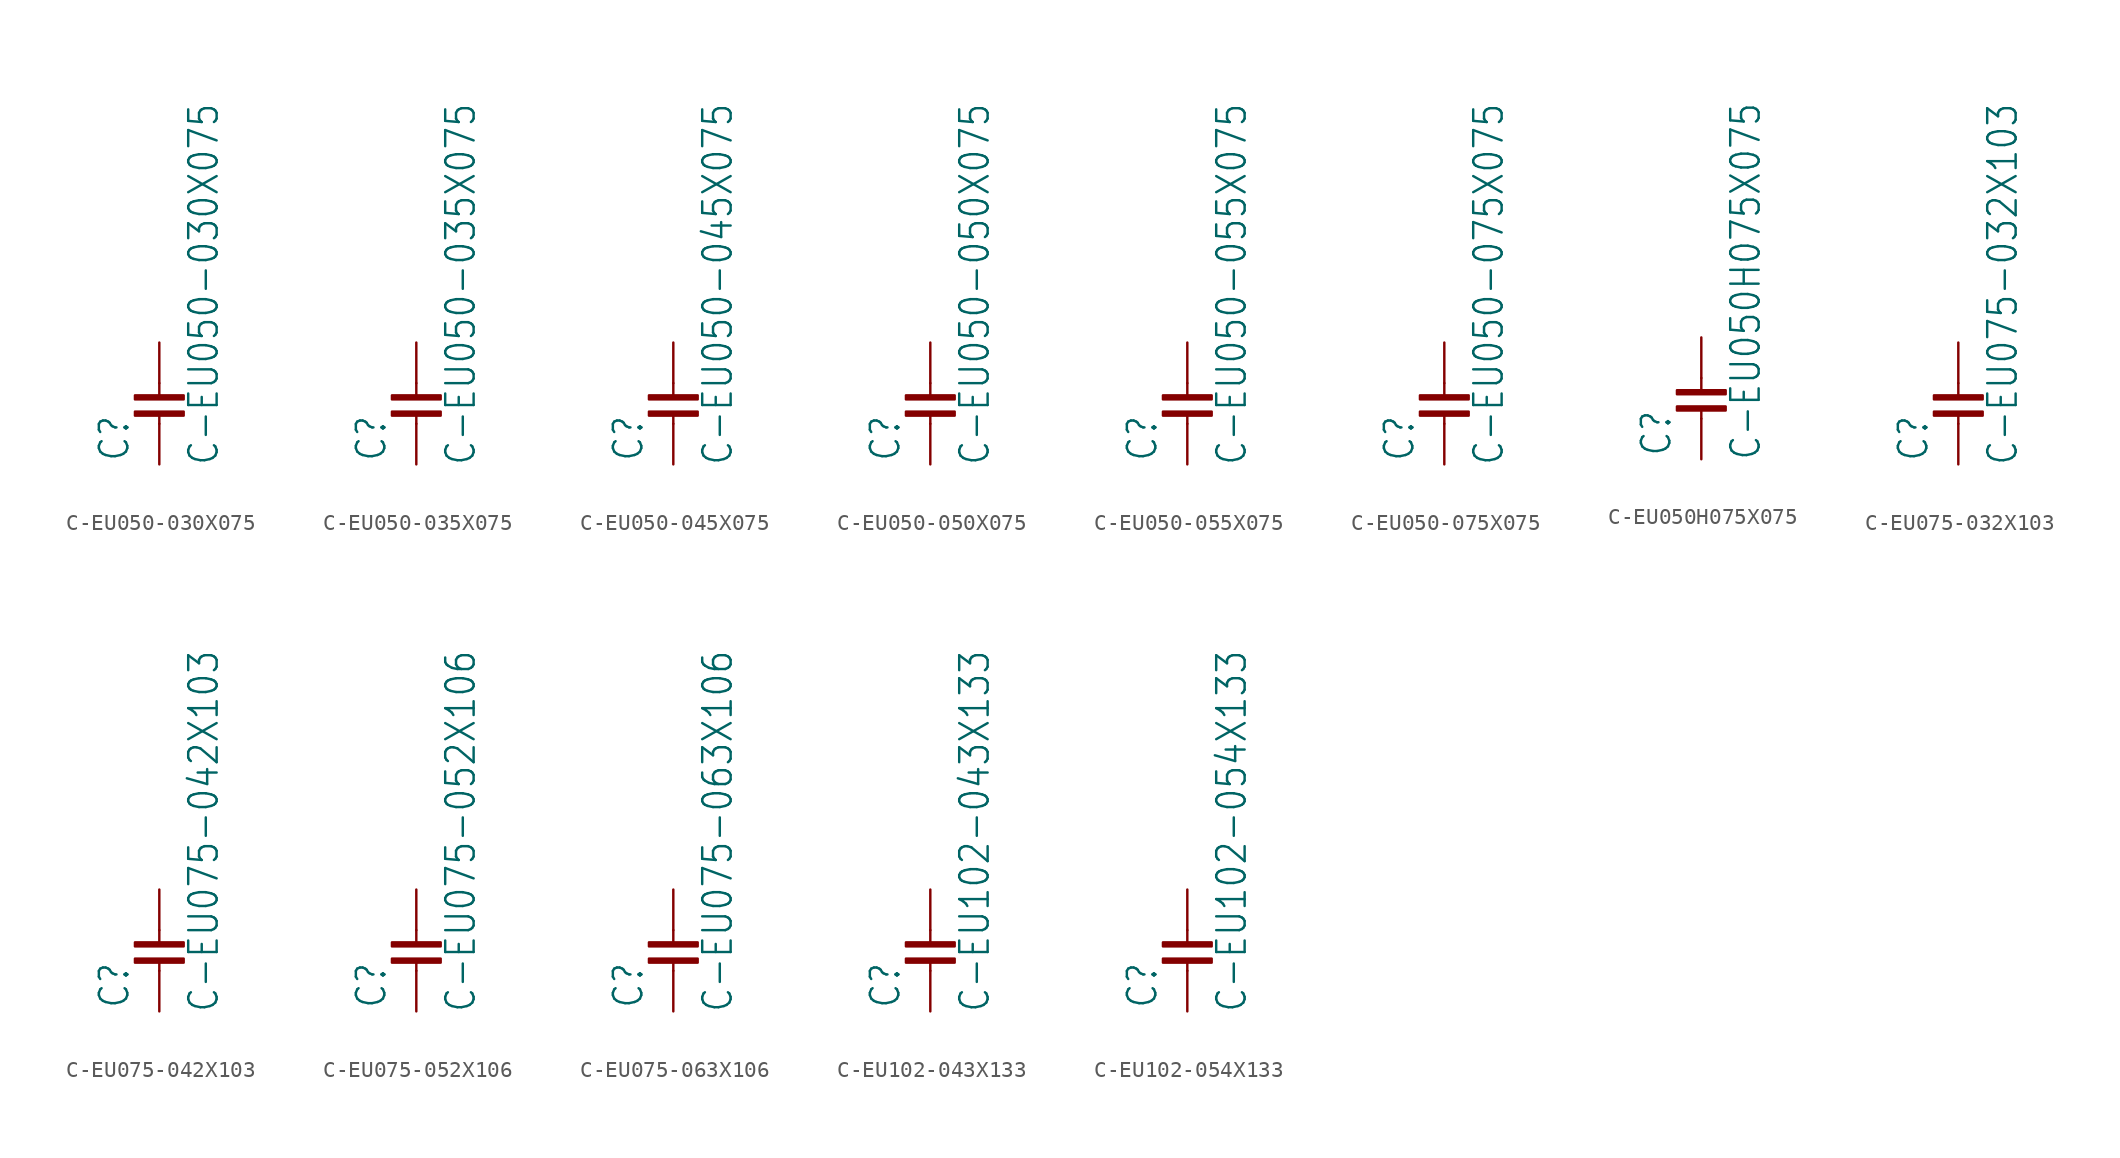
<source format=kicad_sym>
(kicad_symbol_lib
  (version 20211014)
  (generator kicad_symbol_editor)
  (symbol "C-EU050-030X075"
    (property "Reference" "C"
      (at -1.778 -4.953 90)
      (effects (font (size 1.778 1.511)) (justify left bottom)))
    (property "Value" "C-EU050-030X075"
      (at 3.81 -5.207 90)
      (effects (font (size 1.778 1.511)) (justify left bottom)))
    (property "ki_locked" ""
      (at 0 0 0)
      (effects (font (size 1.27 1.27))))
    (symbol "C-EU050-030X075_1_0"
      (rectangle (start -1.524 -2.032) (end 1.524 -1.778) (stroke (width 0) (type default) (color 0 0 0 0)) (fill (type outline)))
      (rectangle (start -1.524 -1.016) (end 1.524 -0.762) (stroke (width 0) (type default) (color 0 0 0 0)) (fill (type outline)))
      (polyline (pts (xy 0 -2.54) (xy 0 -2.032)) (stroke (width 0.152) (type default) (color 0 0 0 0)) (fill (type none)))
      (polyline (pts (xy 0 0) (xy 0 -0.762)) (stroke (width 0.152) (type default) (color 0 0 0 0)) (fill (type none)))
      (pin passive line (at 0 2.54 270) (length 2.54) (name "1" (effects (font (size 0 0)))) (number "1" (effects (font (size 0 0)))))
      (pin passive line (at 0 -5.08 90) (length 2.54) (name "2" (effects (font (size 0 0)))) (number "2" (effects (font (size 0 0)))))))
  (symbol "C-EU050-035X075"
    (property "Reference" "C"
      (at -1.778 -4.953 90)
      (effects (font (size 1.778 1.511)) (justify left bottom)))
    (property "Value" "C-EU050-035X075"
      (at 3.81 -5.207 90)
      (effects (font (size 1.778 1.511)) (justify left bottom)))
    (property "ki_locked" ""
      (at 0 0 0)
      (effects (font (size 1.27 1.27))))
    (symbol "C-EU050-035X075_1_0"
      (rectangle (start -1.524 -2.032) (end 1.524 -1.778) (stroke (width 0) (type default) (color 0 0 0 0)) (fill (type outline)))
      (rectangle (start -1.524 -1.016) (end 1.524 -0.762) (stroke (width 0) (type default) (color 0 0 0 0)) (fill (type outline)))
      (polyline (pts (xy 0 -2.54) (xy 0 -2.032)) (stroke (width 0.152) (type default) (color 0 0 0 0)) (fill (type none)))
      (polyline (pts (xy 0 0) (xy 0 -0.762)) (stroke (width 0.152) (type default) (color 0 0 0 0)) (fill (type none)))
      (pin passive line (at 0 2.54 270) (length 2.54) (name "1" (effects (font (size 0 0)))) (number "1" (effects (font (size 0 0)))))
      (pin passive line (at 0 -5.08 90) (length 2.54) (name "2" (effects (font (size 0 0)))) (number "2" (effects (font (size 0 0)))))))
  (symbol "C-EU050-045X075"
    (property "Reference" "C"
      (at -1.778 -4.953 90)
      (effects (font (size 1.778 1.511)) (justify left bottom)))
    (property "Value" "C-EU050-045X075"
      (at 3.81 -5.207 90)
      (effects (font (size 1.778 1.511)) (justify left bottom)))
    (property "ki_locked" ""
      (at 0 0 0)
      (effects (font (size 1.27 1.27))))
    (symbol "C-EU050-045X075_1_0"
      (rectangle (start -1.524 -2.032) (end 1.524 -1.778) (stroke (width 0) (type default) (color 0 0 0 0)) (fill (type outline)))
      (rectangle (start -1.524 -1.016) (end 1.524 -0.762) (stroke (width 0) (type default) (color 0 0 0 0)) (fill (type outline)))
      (polyline (pts (xy 0 -2.54) (xy 0 -2.032)) (stroke (width 0.152) (type default) (color 0 0 0 0)) (fill (type none)))
      (polyline (pts (xy 0 0) (xy 0 -0.762)) (stroke (width 0.152) (type default) (color 0 0 0 0)) (fill (type none)))
      (pin passive line (at 0 2.54 270) (length 2.54) (name "1" (effects (font (size 0 0)))) (number "1" (effects (font (size 0 0)))))
      (pin passive line (at 0 -5.08 90) (length 2.54) (name "2" (effects (font (size 0 0)))) (number "2" (effects (font (size 0 0)))))))
  (symbol "C-EU050-050X075"
    (property "Reference" "C"
      (at -1.778 -4.953 90)
      (effects (font (size 1.778 1.511)) (justify left bottom)))
    (property "Value" "C-EU050-050X075"
      (at 3.81 -5.207 90)
      (effects (font (size 1.778 1.511)) (justify left bottom)))
    (property "ki_locked" ""
      (at 0 0 0)
      (effects (font (size 1.27 1.27))))
    (symbol "C-EU050-050X075_1_0"
      (rectangle (start -1.524 -2.032) (end 1.524 -1.778) (stroke (width 0) (type default) (color 0 0 0 0)) (fill (type outline)))
      (rectangle (start -1.524 -1.016) (end 1.524 -0.762) (stroke (width 0) (type default) (color 0 0 0 0)) (fill (type outline)))
      (polyline (pts (xy 0 -2.54) (xy 0 -2.032)) (stroke (width 0.152) (type default) (color 0 0 0 0)) (fill (type none)))
      (polyline (pts (xy 0 0) (xy 0 -0.762)) (stroke (width 0.152) (type default) (color 0 0 0 0)) (fill (type none)))
      (pin passive line (at 0 2.54 270) (length 2.54) (name "1" (effects (font (size 0 0)))) (number "1" (effects (font (size 0 0)))))
      (pin passive line (at 0 -5.08 90) (length 2.54) (name "2" (effects (font (size 0 0)))) (number "2" (effects (font (size 0 0)))))))
  (symbol "C-EU050-055X075"
    (property "Reference" "C"
      (at -1.778 -4.953 90)
      (effects (font (size 1.778 1.511)) (justify left bottom)))
    (property "Value" "C-EU050-055X075"
      (at 3.81 -5.207 90)
      (effects (font (size 1.778 1.511)) (justify left bottom)))
    (property "ki_locked" ""
      (at 0 0 0)
      (effects (font (size 1.27 1.27))))
    (symbol "C-EU050-055X075_1_0"
      (rectangle (start -1.524 -2.032) (end 1.524 -1.778) (stroke (width 0) (type default) (color 0 0 0 0)) (fill (type outline)))
      (rectangle (start -1.524 -1.016) (end 1.524 -0.762) (stroke (width 0) (type default) (color 0 0 0 0)) (fill (type outline)))
      (polyline (pts (xy 0 -2.54) (xy 0 -2.032)) (stroke (width 0.152) (type default) (color 0 0 0 0)) (fill (type none)))
      (polyline (pts (xy 0 0) (xy 0 -0.762)) (stroke (width 0.152) (type default) (color 0 0 0 0)) (fill (type none)))
      (pin passive line (at 0 2.54 270) (length 2.54) (name "1" (effects (font (size 0 0)))) (number "1" (effects (font (size 0 0)))))
      (pin passive line (at 0 -5.08 90) (length 2.54) (name "2" (effects (font (size 0 0)))) (number "2" (effects (font (size 0 0)))))))
  (symbol "C-EU050-075X075"
    (property "Reference" "C"
      (at -1.778 -4.953 90)
      (effects (font (size 1.778 1.511)) (justify left bottom)))
    (property "Value" "C-EU050-075X075"
      (at 3.81 -5.207 90)
      (effects (font (size 1.778 1.511)) (justify left bottom)))
    (property "ki_locked" ""
      (at 0 0 0)
      (effects (font (size 1.27 1.27))))
    (symbol "C-EU050-075X075_1_0"
      (rectangle (start -1.524 -2.032) (end 1.524 -1.778) (stroke (width 0) (type default) (color 0 0 0 0)) (fill (type outline)))
      (rectangle (start -1.524 -1.016) (end 1.524 -0.762) (stroke (width 0) (type default) (color 0 0 0 0)) (fill (type outline)))
      (polyline (pts (xy 0 -2.54) (xy 0 -2.032)) (stroke (width 0.152) (type default) (color 0 0 0 0)) (fill (type none)))
      (polyline (pts (xy 0 0) (xy 0 -0.762)) (stroke (width 0.152) (type default) (color 0 0 0 0)) (fill (type none)))
      (pin passive line (at 0 2.54 270) (length 2.54) (name "1" (effects (font (size 0 0)))) (number "1" (effects (font (size 0 0)))))
      (pin passive line (at 0 -5.08 90) (length 2.54) (name "2" (effects (font (size 0 0)))) (number "2" (effects (font (size 0 0)))))))
  (symbol "C-EU050H075X075"
    (property "Reference" "C"
      (at -1.778 -4.953 90)
      (effects (font (size 1.778 1.511)) (justify left bottom)))
    (property "Value" "C-EU050H075X075"
      (at 3.81 -5.207 90)
      (effects (font (size 1.778 1.511)) (justify left bottom)))
    (property "ki_locked" ""
      (at 0 0 0)
      (effects (font (size 1.27 1.27))))
    (symbol "C-EU050H075X075_1_0"
      (rectangle (start -1.524 -2.032) (end 1.524 -1.778) (stroke (width 0) (type default) (color 0 0 0 0)) (fill (type outline)))
      (rectangle (start -1.524 -1.016) (end 1.524 -0.762) (stroke (width 0) (type default) (color 0 0 0 0)) (fill (type outline)))
      (polyline (pts (xy 0 -2.54) (xy 0 -2.032)) (stroke (width 0.152) (type default) (color 0 0 0 0)) (fill (type none)))
      (polyline (pts (xy 0 0) (xy 0 -0.762)) (stroke (width 0.152) (type default) (color 0 0 0 0)) (fill (type none)))
      (pin passive line (at 0 2.54 270) (length 2.54) (name "1" (effects (font (size 0 0)))) (number "1" (effects (font (size 0 0)))))
      (pin passive line (at 0 -5.08 90) (length 2.54) (name "2" (effects (font (size 0 0)))) (number "2" (effects (font (size 0 0)))))))
  (symbol "C-EU075-032X103"
    (property "Reference" "C"
      (at -1.778 -4.953 90)
      (effects (font (size 1.778 1.511)) (justify left bottom)))
    (property "Value" "C-EU075-032X103"
      (at 3.81 -5.207 90)
      (effects (font (size 1.778 1.511)) (justify left bottom)))
    (property "ki_locked" ""
      (at 0 0 0)
      (effects (font (size 1.27 1.27))))
    (symbol "C-EU075-032X103_1_0"
      (rectangle (start -1.524 -2.032) (end 1.524 -1.778) (stroke (width 0) (type default) (color 0 0 0 0)) (fill (type outline)))
      (rectangle (start -1.524 -1.016) (end 1.524 -0.762) (stroke (width 0) (type default) (color 0 0 0 0)) (fill (type outline)))
      (polyline (pts (xy 0 -2.54) (xy 0 -2.032)) (stroke (width 0.152) (type default) (color 0 0 0 0)) (fill (type none)))
      (polyline (pts (xy 0 0) (xy 0 -0.762)) (stroke (width 0.152) (type default) (color 0 0 0 0)) (fill (type none)))
      (pin passive line (at 0 2.54 270) (length 2.54) (name "1" (effects (font (size 0 0)))) (number "1" (effects (font (size 0 0)))))
      (pin passive line (at 0 -5.08 90) (length 2.54) (name "2" (effects (font (size 0 0)))) (number "2" (effects (font (size 0 0)))))))
  (symbol "C-EU075-042X103"
    (property "Reference" "C"
      (at -1.778 -4.953 90)
      (effects (font (size 1.778 1.511)) (justify left bottom)))
    (property "Value" "C-EU075-042X103"
      (at 3.81 -5.207 90)
      (effects (font (size 1.778 1.511)) (justify left bottom)))
    (property "ki_locked" ""
      (at 0 0 0)
      (effects (font (size 1.27 1.27))))
    (symbol "C-EU075-042X103_1_0"
      (rectangle (start -1.524 -2.032) (end 1.524 -1.778) (stroke (width 0) (type default) (color 0 0 0 0)) (fill (type outline)))
      (rectangle (start -1.524 -1.016) (end 1.524 -0.762) (stroke (width 0) (type default) (color 0 0 0 0)) (fill (type outline)))
      (polyline (pts (xy 0 -2.54) (xy 0 -2.032)) (stroke (width 0.152) (type default) (color 0 0 0 0)) (fill (type none)))
      (polyline (pts (xy 0 0) (xy 0 -0.762)) (stroke (width 0.152) (type default) (color 0 0 0 0)) (fill (type none)))
      (pin passive line (at 0 2.54 270) (length 2.54) (name "1" (effects (font (size 0 0)))) (number "1" (effects (font (size 0 0)))))
      (pin passive line (at 0 -5.08 90) (length 2.54) (name "2" (effects (font (size 0 0)))) (number "2" (effects (font (size 0 0)))))))
  (symbol "C-EU075-052X106"
    (property "Reference" "C"
      (at -1.778 -4.953 90)
      (effects (font (size 1.778 1.511)) (justify left bottom)))
    (property "Value" "C-EU075-052X106"
      (at 3.81 -5.207 90)
      (effects (font (size 1.778 1.511)) (justify left bottom)))
    (property "ki_locked" ""
      (at 0 0 0)
      (effects (font (size 1.27 1.27))))
    (symbol "C-EU075-052X106_1_0"
      (rectangle (start -1.524 -2.032) (end 1.524 -1.778) (stroke (width 0) (type default) (color 0 0 0 0)) (fill (type outline)))
      (rectangle (start -1.524 -1.016) (end 1.524 -0.762) (stroke (width 0) (type default) (color 0 0 0 0)) (fill (type outline)))
      (polyline (pts (xy 0 -2.54) (xy 0 -2.032)) (stroke (width 0.152) (type default) (color 0 0 0 0)) (fill (type none)))
      (polyline (pts (xy 0 0) (xy 0 -0.762)) (stroke (width 0.152) (type default) (color 0 0 0 0)) (fill (type none)))
      (pin passive line (at 0 2.54 270) (length 2.54) (name "1" (effects (font (size 0 0)))) (number "1" (effects (font (size 0 0)))))
      (pin passive line (at 0 -5.08 90) (length 2.54) (name "2" (effects (font (size 0 0)))) (number "2" (effects (font (size 0 0)))))))
  (symbol "C-EU075-063X106"
    (property "Reference" "C"
      (at -1.778 -4.953 90)
      (effects (font (size 1.778 1.511)) (justify left bottom)))
    (property "Value" "C-EU075-063X106"
      (at 3.81 -5.207 90)
      (effects (font (size 1.778 1.511)) (justify left bottom)))
    (property "ki_locked" ""
      (at 0 0 0)
      (effects (font (size 1.27 1.27))))
    (symbol "C-EU075-063X106_1_0"
      (rectangle (start -1.524 -2.032) (end 1.524 -1.778) (stroke (width 0) (type default) (color 0 0 0 0)) (fill (type outline)))
      (rectangle (start -1.524 -1.016) (end 1.524 -0.762) (stroke (width 0) (type default) (color 0 0 0 0)) (fill (type outline)))
      (polyline (pts (xy 0 -2.54) (xy 0 -2.032)) (stroke (width 0.152) (type default) (color 0 0 0 0)) (fill (type none)))
      (polyline (pts (xy 0 0) (xy 0 -0.762)) (stroke (width 0.152) (type default) (color 0 0 0 0)) (fill (type none)))
      (pin passive line (at 0 2.54 270) (length 2.54) (name "1" (effects (font (size 0 0)))) (number "1" (effects (font (size 0 0)))))
      (pin passive line (at 0 -5.08 90) (length 2.54) (name "2" (effects (font (size 0 0)))) (number "2" (effects (font (size 0 0)))))))
  (symbol "C-EU102-043X133"
    (property "Reference" "C"
      (at -1.778 -4.953 90)
      (effects (font (size 1.778 1.511)) (justify left bottom)))
    (property "Value" "C-EU102-043X133"
      (at 3.81 -5.207 90)
      (effects (font (size 1.778 1.511)) (justify left bottom)))
    (property "ki_locked" ""
      (at 0 0 0)
      (effects (font (size 1.27 1.27))))
    (symbol "C-EU102-043X133_1_0"
      (rectangle (start -1.524 -2.032) (end 1.524 -1.778) (stroke (width 0) (type default) (color 0 0 0 0)) (fill (type outline)))
      (rectangle (start -1.524 -1.016) (end 1.524 -0.762) (stroke (width 0) (type default) (color 0 0 0 0)) (fill (type outline)))
      (polyline (pts (xy 0 -2.54) (xy 0 -2.032)) (stroke (width 0.152) (type default) (color 0 0 0 0)) (fill (type none)))
      (polyline (pts (xy 0 0) (xy 0 -0.762)) (stroke (width 0.152) (type default) (color 0 0 0 0)) (fill (type none)))
      (pin passive line (at 0 2.54 270) (length 2.54) (name "1" (effects (font (size 0 0)))) (number "1" (effects (font (size 0 0)))))
      (pin passive line (at 0 -5.08 90) (length 2.54) (name "2" (effects (font (size 0 0)))) (number "2" (effects (font (size 0 0)))))))
  (symbol "C-EU102-054X133"
    (property "Reference" "C"
      (at -1.778 -4.953 90)
      (effects (font (size 1.778 1.511)) (justify left bottom)))
    (property "Value" "C-EU102-054X133"
      (at 3.81 -5.207 90)
      (effects (font (size 1.778 1.511)) (justify left bottom)))
    (property "ki_locked" ""
      (at 0 0 0)
      (effects (font (size 1.27 1.27))))
    (symbol "C-EU102-054X133_1_0"
      (rectangle (start -1.524 -2.032) (end 1.524 -1.778) (stroke (width 0) (type default) (color 0 0 0 0)) (fill (type outline)))
      (rectangle (start -1.524 -1.016) (end 1.524 -0.762) (stroke (width 0) (type default) (color 0 0 0 0)) (fill (type outline)))
      (polyline (pts (xy 0 -2.54) (xy 0 -2.032)) (stroke (width 0.152) (type default) (color 0 0 0 0)) (fill (type none)))
      (polyline (pts (xy 0 0) (xy 0 -0.762)) (stroke (width 0.152) (type default) (color 0 0 0 0)) (fill (type none)))
      (pin passive line (at 0 2.54 270) (length 2.54) (name "1" (effects (font (size 0 0)))) (number "1" (effects (font (size 0 0)))))
      (pin passive line (at 0 -5.08 90) (length 2.54) (name "2" (effects (font (size 0 0)))) (number "2" (effects (font (size 0 0))))))))
</source>
